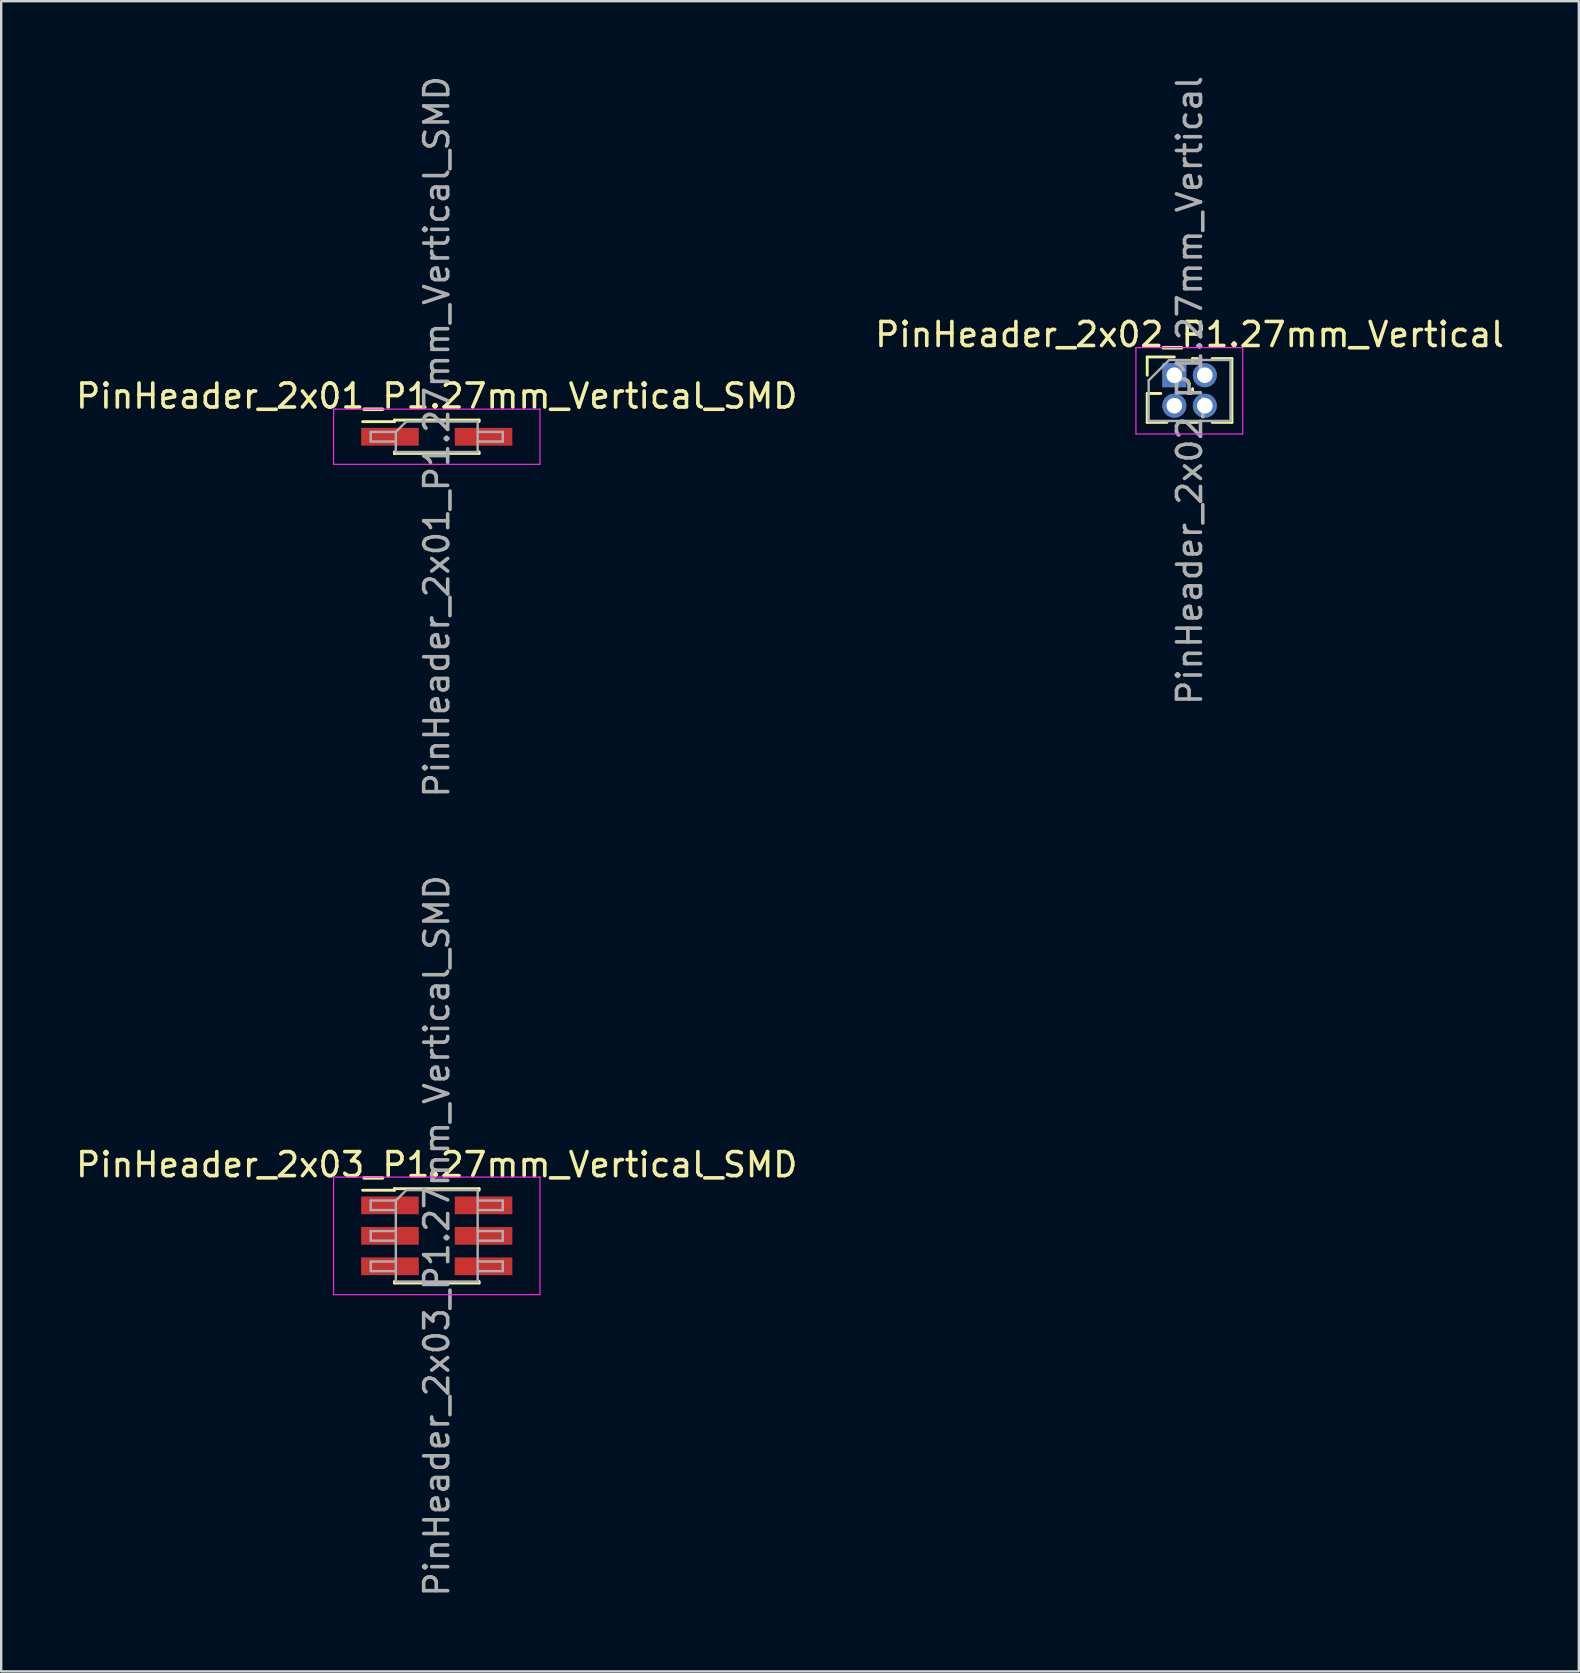
<source format=kicad_pcb>
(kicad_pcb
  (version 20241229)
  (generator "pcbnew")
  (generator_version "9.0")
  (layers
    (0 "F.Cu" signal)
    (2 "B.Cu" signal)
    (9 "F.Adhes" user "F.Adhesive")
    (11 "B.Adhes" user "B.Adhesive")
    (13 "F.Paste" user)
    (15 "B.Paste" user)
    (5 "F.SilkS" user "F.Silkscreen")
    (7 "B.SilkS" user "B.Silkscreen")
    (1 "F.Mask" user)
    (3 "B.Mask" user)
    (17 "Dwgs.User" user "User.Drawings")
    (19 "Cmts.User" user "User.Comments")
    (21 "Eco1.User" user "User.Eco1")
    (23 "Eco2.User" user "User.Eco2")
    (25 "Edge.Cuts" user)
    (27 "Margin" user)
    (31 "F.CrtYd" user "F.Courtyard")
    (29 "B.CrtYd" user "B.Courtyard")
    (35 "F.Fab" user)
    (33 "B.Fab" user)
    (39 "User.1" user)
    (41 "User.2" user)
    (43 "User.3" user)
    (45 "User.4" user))
  (footprint "PinHeader_2x01_P1.27mm_Vertical_SMD"
    (layer "F.Cu")
    (at 15.149 15.149)
    (property "Reference" "PinHeader_2x01_P1.27mm_Vertical_SMD" (at 0 -1.695 0) (layer "F.SilkS") (effects (font (size 1 1) (thickness 0.15))))
    (attr smd)
    (fp_line (start -3.09 -0.63) (end -1.765 -0.63) (stroke (width 0.12) (type solid)) (layer "F.SilkS"))
    (fp_line (start -1.765 -0.695) (end -1.765 -0.63) (stroke (width 0.12) (type solid)) (layer "F.SilkS"))
    (fp_line (start -1.765 -0.695) (end 1.765 -0.695) (stroke (width 0.12) (type solid)) (layer "F.SilkS"))
    (fp_line (start -1.765 0.63) (end -1.765 0.695) (stroke (width 0.12) (type solid)) (layer "F.SilkS"))
    (fp_line (start -1.765 0.695) (end 1.765 0.695) (stroke (width 0.12) (type solid)) (layer "F.SilkS"))
    (fp_line (start 1.765 -0.695) (end 1.765 -0.63) (stroke (width 0.12) (type solid)) (layer "F.SilkS"))
    (fp_line (start 1.765 0.63) (end 1.765 0.695) (stroke (width 0.12) (type solid)) (layer "F.SilkS"))
    (fp_line (start -4.3 -1.15) (end -4.3 1.15) (stroke (width 0.05) (type solid)) (layer "F.CrtYd"))
    (fp_line (start -4.3 1.15) (end 4.3 1.15) (stroke (width 0.05) (type solid)) (layer "F.CrtYd"))
    (fp_line (start 4.3 -1.15) (end -4.3 -1.15) (stroke (width 0.05) (type solid)) (layer "F.CrtYd"))
    (fp_line (start 4.3 1.15) (end 4.3 -1.15) (stroke (width 0.05) (type solid)) (layer "F.CrtYd"))
    (fp_line (start -2.75 -0.2) (end -2.75 0.2) (stroke (width 0.1) (type solid)) (layer "F.Fab"))
    (fp_line (start -2.75 0.2) (end -1.705 0.2) (stroke (width 0.1) (type solid)) (layer "F.Fab"))
    (fp_line (start -1.705 -0.2) (end -2.75 -0.2) (stroke (width 0.1) (type solid)) (layer "F.Fab"))
    (fp_line (start -1.705 -0.2) (end -1.27 -0.635) (stroke (width 0.1) (type solid)) (layer "F.Fab"))
    (fp_line (start -1.705 0.635) (end -1.705 -0.2) (stroke (width 0.1) (type solid)) (layer "F.Fab"))
    (fp_line (start -1.27 -0.635) (end 1.705 -0.635) (stroke (width 0.1) (type solid)) (layer "F.Fab"))
    (fp_line (start 1.705 -0.635) (end 1.705 0.635) (stroke (width 0.1) (type solid)) (layer "F.Fab"))
    (fp_line (start 1.705 -0.2) (end 2.75 -0.2) (stroke (width 0.1) (type solid)) (layer "F.Fab"))
    (fp_line (start 1.705 0.635) (end -1.705 0.635) (stroke (width 0.1) (type solid)) (layer "F.Fab"))
    (fp_line (start 2.75 -0.2) (end 2.75 0.2) (stroke (width 0.1) (type solid)) (layer "F.Fab"))
    (fp_line (start 2.75 0.2) (end 1.705 0.2) (stroke (width 0.1) (type solid)) (layer "F.Fab"))
    (fp_text user "${REFERENCE}" (at 0 0 90) (layer "F.Fab") (effects (font (size 1 1) (thickness 0.15))))
    (pad "1" smd rect (at -1.95 0) (size 2.4 0.74) (layers "F.Cu" "F.Mask" "F.Paste"))
    (pad "2" smd rect (at 1.95 0) (size 2.4 0.74) (layers "F.Cu" "F.Mask" "F.Paste")))
  (footprint "PinHeader_2x03_P1.27mm_Vertical_SMD"
    (layer "F.Cu")
    (at 15.149 48.446)
    (property "Reference" "PinHeader_2x03_P1.27mm_Vertical_SMD" (at 0 -2.965 0) (layer "F.SilkS") (effects (font (size 1 1) (thickness 0.15))))
    (attr smd)
    (fp_line (start -3.09 -1.9) (end -1.765 -1.9) (stroke (width 0.12) (type solid)) (layer "F.SilkS"))
    (fp_line (start -1.765 -1.965) (end -1.765 -1.9) (stroke (width 0.12) (type solid)) (layer "F.SilkS"))
    (fp_line (start -1.765 -1.965) (end 1.765 -1.965) (stroke (width 0.12) (type solid)) (layer "F.SilkS"))
    (fp_line (start -1.765 1.9) (end -1.765 1.965) (stroke (width 0.12) (type solid)) (layer "F.SilkS"))
    (fp_line (start -1.765 1.965) (end 1.765 1.965) (stroke (width 0.12) (type solid)) (layer "F.SilkS"))
    (fp_line (start 1.765 -1.965) (end 1.765 -1.9) (stroke (width 0.12) (type solid)) (layer "F.SilkS"))
    (fp_line (start 1.765 1.9) (end 1.765 1.965) (stroke (width 0.12) (type solid)) (layer "F.SilkS"))
    (fp_line (start -4.3 -2.45) (end -4.3 2.45) (stroke (width 0.05) (type solid)) (layer "F.CrtYd"))
    (fp_line (start -4.3 2.45) (end 4.3 2.45) (stroke (width 0.05) (type solid)) (layer "F.CrtYd"))
    (fp_line (start 4.3 -2.45) (end -4.3 -2.45) (stroke (width 0.05) (type solid)) (layer "F.CrtYd"))
    (fp_line (start 4.3 2.45) (end 4.3 -2.45) (stroke (width 0.05) (type solid)) (layer "F.CrtYd"))
    (fp_line (start -2.75 -1.47) (end -2.75 -1.07) (stroke (width 0.1) (type solid)) (layer "F.Fab"))
    (fp_line (start -2.75 -1.07) (end -1.705 -1.07) (stroke (width 0.1) (type solid)) (layer "F.Fab"))
    (fp_line (start -2.75 -0.2) (end -2.75 0.2) (stroke (width 0.1) (type solid)) (layer "F.Fab"))
    (fp_line (start -2.75 0.2) (end -1.705 0.2) (stroke (width 0.1) (type solid)) (layer "F.Fab"))
    (fp_line (start -2.75 1.07) (end -2.75 1.47) (stroke (width 0.1) (type solid)) (layer "F.Fab"))
    (fp_line (start -2.75 1.47) (end -1.705 1.47) (stroke (width 0.1) (type solid)) (layer "F.Fab"))
    (fp_line (start -1.705 -1.47) (end -2.75 -1.47) (stroke (width 0.1) (type solid)) (layer "F.Fab"))
    (fp_line (start -1.705 -1.47) (end -1.27 -1.905) (stroke (width 0.1) (type solid)) (layer "F.Fab"))
    (fp_line (start -1.705 -0.2) (end -2.75 -0.2) (stroke (width 0.1) (type solid)) (layer "F.Fab"))
    (fp_line (start -1.705 1.07) (end -2.75 1.07) (stroke (width 0.1) (type solid)) (layer "F.Fab"))
    (fp_line (start -1.705 1.905) (end -1.705 -1.47) (stroke (width 0.1) (type solid)) (layer "F.Fab"))
    (fp_line (start -1.27 -1.905) (end 1.705 -1.905) (stroke (width 0.1) (type solid)) (layer "F.Fab"))
    (fp_line (start 1.705 -1.905) (end 1.705 1.905) (stroke (width 0.1) (type solid)) (layer "F.Fab"))
    (fp_line (start 1.705 -1.47) (end 2.75 -1.47) (stroke (width 0.1) (type solid)) (layer "F.Fab"))
    (fp_line (start 1.705 -0.2) (end 2.75 -0.2) (stroke (width 0.1) (type solid)) (layer "F.Fab"))
    (fp_line (start 1.705 1.07) (end 2.75 1.07) (stroke (width 0.1) (type solid)) (layer "F.Fab"))
    (fp_line (start 1.705 1.905) (end -1.705 1.905) (stroke (width 0.1) (type solid)) (layer "F.Fab"))
    (fp_line (start 2.75 -1.47) (end 2.75 -1.07) (stroke (width 0.1) (type solid)) (layer "F.Fab"))
    (fp_line (start 2.75 -1.07) (end 1.705 -1.07) (stroke (width 0.1) (type solid)) (layer "F.Fab"))
    (fp_line (start 2.75 -0.2) (end 2.75 0.2) (stroke (width 0.1) (type solid)) (layer "F.Fab"))
    (fp_line (start 2.75 0.2) (end 1.705 0.2) (stroke (width 0.1) (type solid)) (layer "F.Fab"))
    (fp_line (start 2.75 1.07) (end 2.75 1.47) (stroke (width 0.1) (type solid)) (layer "F.Fab"))
    (fp_line (start 2.75 1.47) (end 1.705 1.47) (stroke (width 0.1) (type solid)) (layer "F.Fab"))
    (fp_text user "${REFERENCE}" (at 0 0 90) (layer "F.Fab") (effects (font (size 1 1) (thickness 0.15))))
    (pad "1" smd rect (at -1.95 -1.27) (size 2.4 0.74) (layers "F.Cu" "F.Mask" "F.Paste"))
    (pad "2" smd rect (at 1.95 -1.27) (size 2.4 0.74) (layers "F.Cu" "F.Mask" "F.Paste"))
    (pad "3" smd rect (at -1.95 0) (size 2.4 0.74) (layers "F.Cu" "F.Mask" "F.Paste"))
    (pad "4" smd rect (at 1.95 0) (size 2.4 0.74) (layers "F.Cu" "F.Mask" "F.Paste"))
    (pad "5" smd rect (at -1.95 1.27) (size 2.4 0.74) (layers "F.Cu" "F.Mask" "F.Paste"))
    (pad "6" smd rect (at 1.95 1.27) (size 2.4 0.74) (layers "F.Cu" "F.Mask" "F.Paste")))
  (footprint "PinHeader_2x02_P1.27mm_Vertical"
    (layer "F.Cu")
    (at 45.883 12.585)
    (property "Reference" "PinHeader_2x02_P1.27mm_Vertical" (at 0.635 -1.695 0) (layer "F.SilkS") (effects (font (size 1 1) (thickness 0.15))))
    (attr through_hole)
    (fp_line (start -1.13 -0.76) (end 0 -0.76) (stroke (width 0.12) (type solid)) (layer "F.SilkS"))
    (fp_line (start -1.13 0) (end -1.13 -0.76) (stroke (width 0.12) (type solid)) (layer "F.SilkS"))
    (fp_line (start -1.13 0.76) (end -1.13 1.965) (stroke (width 0.12) (type solid)) (layer "F.SilkS"))
    (fp_line (start -1.13 0.76) (end -0.563 0.76) (stroke (width 0.12) (type solid)) (layer "F.SilkS"))
    (fp_line (start -1.13 1.965) (end -0.308 1.965) (stroke (width 0.12) (type solid)) (layer "F.SilkS"))
    (fp_line (start 0.308 1.965) (end 0.962 1.965) (stroke (width 0.12) (type solid)) (layer "F.SilkS"))
    (fp_line (start 0.563 0.76) (end 0.707 0.76) (stroke (width 0.12) (type solid)) (layer "F.SilkS"))
    (fp_line (start 0.76 -0.695) (end 0.962 -0.695) (stroke (width 0.12) (type solid)) (layer "F.SilkS"))
    (fp_line (start 0.76 -0.563) (end 0.76 -0.695) (stroke (width 0.12) (type solid)) (layer "F.SilkS"))
    (fp_line (start 0.76 0.707) (end 0.76 0.563) (stroke (width 0.12) (type solid)) (layer "F.SilkS"))
    (fp_line (start 1.578 -0.695) (end 2.4 -0.695) (stroke (width 0.12) (type solid)) (layer "F.SilkS"))
    (fp_line (start 1.578 1.965) (end 2.4 1.965) (stroke (width 0.12) (type solid)) (layer "F.SilkS"))
    (fp_line (start 2.4 -0.695) (end 2.4 1.965) (stroke (width 0.12) (type solid)) (layer "F.SilkS"))
    (fp_line (start -1.6 -1.15) (end -1.6 2.45) (stroke (width 0.05) (type solid)) (layer "F.CrtYd"))
    (fp_line (start -1.6 2.45) (end 2.85 2.45) (stroke (width 0.05) (type solid)) (layer "F.CrtYd"))
    (fp_line (start 2.85 -1.15) (end -1.6 -1.15) (stroke (width 0.05) (type solid)) (layer "F.CrtYd"))
    (fp_line (start 2.85 2.45) (end 2.85 -1.15) (stroke (width 0.05) (type solid)) (layer "F.CrtYd"))
    (fp_line (start -1.07 0.217) (end -0.217 -0.635) (stroke (width 0.1) (type solid)) (layer "F.Fab"))
    (fp_line (start -1.07 1.905) (end -1.07 0.217) (stroke (width 0.1) (type solid)) (layer "F.Fab"))
    (fp_line (start -0.217 -0.635) (end 2.34 -0.635) (stroke (width 0.1) (type solid)) (layer "F.Fab"))
    (fp_line (start 2.34 -0.635) (end 2.34 1.905) (stroke (width 0.1) (type solid)) (layer "F.Fab"))
    (fp_line (start 2.34 1.905) (end -1.07 1.905) (stroke (width 0.1) (type solid)) (layer "F.Fab"))
    (fp_text user "${REFERENCE}" (at 0.635 0.635 90) (layer "F.Fab") (effects (font (size 1 1) (thickness 0.15))))
    (pad "1" thru_hole rect (at 0 0) (size 1 1) (drill 0.65) (layers "*.Cu" "*.Mask"))
    (pad "2" thru_hole oval (at 1.27 0) (size 1 1) (drill 0.65) (layers "*.Cu" "*.Mask"))
    (pad "3" thru_hole oval (at 0 1.27) (size 1 1) (drill 0.65) (layers "*.Cu" "*.Mask"))
    (pad "4" thru_hole oval (at 1.27 1.27) (size 1 1) (drill 0.65) (layers "*.Cu" "*.Mask")))
  (gr_rect
    (start -3 -3)
    (end 62.738 66.595)
    (stroke (width 0.1) (type default))
    (fill no)
    (layer "Edge.Cuts")))
</source>
